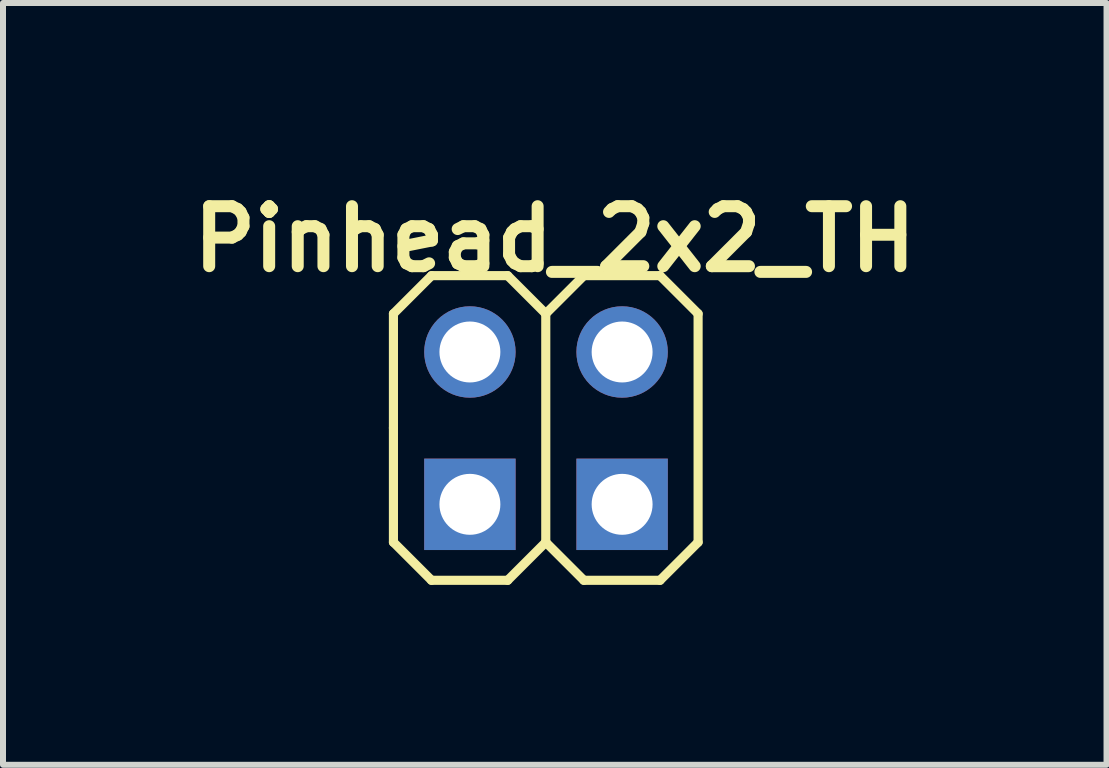
<source format=kicad_pcb>
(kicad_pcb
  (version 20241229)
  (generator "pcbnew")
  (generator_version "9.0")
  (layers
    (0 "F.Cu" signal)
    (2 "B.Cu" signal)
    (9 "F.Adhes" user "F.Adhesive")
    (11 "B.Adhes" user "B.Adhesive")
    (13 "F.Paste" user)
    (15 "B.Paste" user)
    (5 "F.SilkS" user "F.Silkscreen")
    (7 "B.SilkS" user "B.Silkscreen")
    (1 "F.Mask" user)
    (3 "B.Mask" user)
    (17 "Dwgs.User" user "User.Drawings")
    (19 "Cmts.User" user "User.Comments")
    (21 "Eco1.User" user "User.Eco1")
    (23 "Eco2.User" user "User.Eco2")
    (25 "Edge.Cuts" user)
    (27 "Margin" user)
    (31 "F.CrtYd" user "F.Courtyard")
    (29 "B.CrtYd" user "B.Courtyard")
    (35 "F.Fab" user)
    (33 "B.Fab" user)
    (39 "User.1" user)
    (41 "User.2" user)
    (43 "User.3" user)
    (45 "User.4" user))
  (footprint "Pinhead_2x2_TH"
    (layer "F.Cu")
    (at 6.05 4.086)
    (property "Reference" "Pinhead_2x2_TH" (at 0.15 -3.15 0) (layer "F.SilkS") (effects (font (size 1 1) (thickness 0.2))))
    (attr smd)
    (fp_line (start -2.54 -1.905) (end -1.905 -2.54) (stroke (width 0.152) (type solid)) (layer "F.SilkS"))
    (fp_line (start -2.54 0) (end -2.54 -1.905) (stroke (width 0.152) (type solid)) (layer "F.SilkS"))
    (fp_line (start -2.54 0) (end -2.54 1.905) (stroke (width 0.152) (type solid)) (layer "F.SilkS"))
    (fp_line (start -2.54 1.905) (end -1.905 2.54) (stroke (width 0.152) (type solid)) (layer "F.SilkS"))
    (fp_line (start -1.905 -2.54) (end -0.635 -2.54) (stroke (width 0.152) (type solid)) (layer "F.SilkS"))
    (fp_line (start -1.905 2.54) (end -0.635 2.54) (stroke (width 0.152) (type solid)) (layer "F.SilkS"))
    (fp_line (start -0.635 -2.54) (end 0 -1.905) (stroke (width 0.152) (type solid)) (layer "F.SilkS"))
    (fp_line (start 0 -1.905) (end 0 1.905) (stroke (width 0.152) (type solid)) (layer "F.SilkS"))
    (fp_line (start 0 -1.905) (end 0.635 -2.54) (stroke (width 0.152) (type solid)) (layer "F.SilkS"))
    (fp_line (start 0 1.905) (end -0.635 2.54) (stroke (width 0.152) (type solid)) (layer "F.SilkS"))
    (fp_line (start 0.635 -2.54) (end 1.905 -2.54) (stroke (width 0.152) (type solid)) (layer "F.SilkS"))
    (fp_line (start 0.635 2.54) (end 0 1.905) (stroke (width 0.152) (type solid)) (layer "F.SilkS"))
    (fp_line (start 1.905 -2.54) (end 2.54 -1.905) (stroke (width 0.152) (type solid)) (layer "F.SilkS"))
    (fp_line (start 1.905 2.54) (end 0.635 2.54) (stroke (width 0.152) (type solid)) (layer "F.SilkS"))
    (fp_line (start 2.54 -1.905) (end 2.54 1.905) (stroke (width 0.152) (type solid)) (layer "F.SilkS"))
    (fp_line (start 2.54 1.905) (end 1.905 2.54) (stroke (width 0.152) (type solid)) (layer "F.SilkS"))
    (pad "1" thru_hole rect (at -1.265 1.273) (size 1.524 1.524) (drill 1.016) (layers "*.Cu" "*.Paste" "*.Mask"))
    (pad "2" thru_hole oval (at -1.265 -1.267) (size 1.524 1.524) (drill 1.016) (layers "*.Cu" "*.Paste" "*.Mask"))
    (pad "3" thru_hole rect (at 1.273 1.273) (size 1.524 1.524) (drill 1.016) (layers "*.Cu" "*.Paste" "*.Mask"))
    (pad "4" thru_hole circle (at 1.273 -1.267) (size 1.524 1.524) (drill 1.016) (layers "*.Cu" "*.Paste" "*.Mask")))
  (gr_rect
    (start -3 -3)
    (end 15.4 9.702)
    (stroke (width 0.1) (type default))
    (fill no)
    (layer "Edge.Cuts")))
</source>
